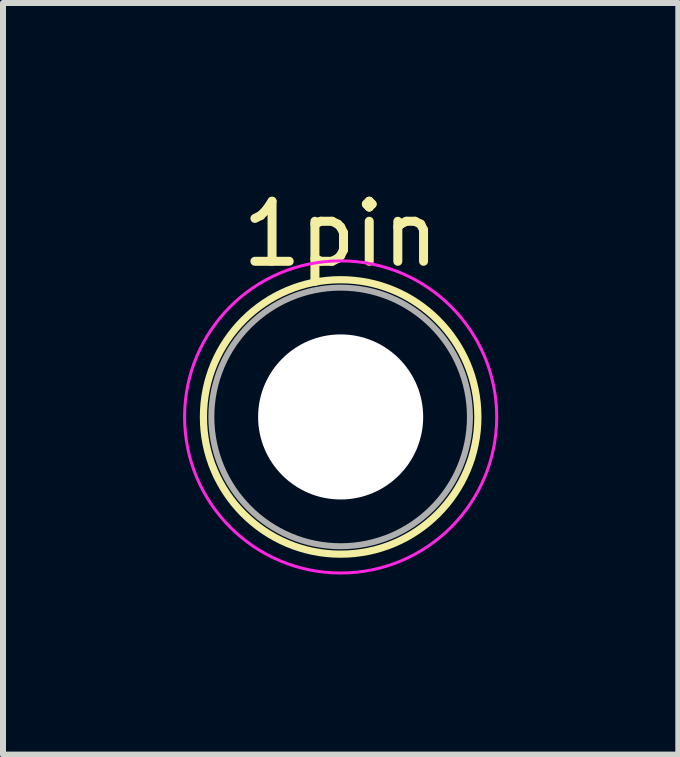
<source format=kicad_pcb>
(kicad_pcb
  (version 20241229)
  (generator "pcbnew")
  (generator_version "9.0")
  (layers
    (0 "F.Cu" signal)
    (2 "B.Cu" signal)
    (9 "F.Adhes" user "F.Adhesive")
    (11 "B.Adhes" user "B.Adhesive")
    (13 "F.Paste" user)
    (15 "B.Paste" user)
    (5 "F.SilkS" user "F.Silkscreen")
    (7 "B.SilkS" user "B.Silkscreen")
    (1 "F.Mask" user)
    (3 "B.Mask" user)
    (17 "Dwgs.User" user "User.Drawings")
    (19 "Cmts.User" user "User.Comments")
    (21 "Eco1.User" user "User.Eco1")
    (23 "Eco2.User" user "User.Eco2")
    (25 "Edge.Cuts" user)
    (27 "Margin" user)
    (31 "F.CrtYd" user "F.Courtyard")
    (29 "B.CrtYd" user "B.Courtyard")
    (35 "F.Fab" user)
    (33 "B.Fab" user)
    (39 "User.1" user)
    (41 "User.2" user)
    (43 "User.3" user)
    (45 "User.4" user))
  (footprint "1pin"
    (layer "F.Cu")
    (at 2.625 3.896)
    (property "Reference" "1pin" (at 0 -3.048 0) (layer "F.SilkS") (effects (font (size 1 1) (thickness 0.15))))
    (attr through_hole)
    (fp_circle (center 0 0) (end 0 -2.286) (stroke (width 0.12) (type solid)) (fill no) (layer "F.SilkS"))
    (fp_circle (center 0 0) (end 2.6 0) (stroke (width 0.05) (type solid)) (fill no) (layer "F.CrtYd"))
    (fp_circle (center 0 0) (end 2 0.8) (stroke (width 0.1) (type solid)) (fill no) (layer "F.Fab"))
    (pad "" np_thru_hole circle (at 0 0) (size 2.75 2.75) (drill 2.75) (layers "*.Cu" "*.Mask")))
  (gr_rect
    (start -3 -3)
    (end 8.25 9.521)
    (stroke (width 0.1) (type default))
    (fill no)
    (layer "Edge.Cuts")))
</source>
